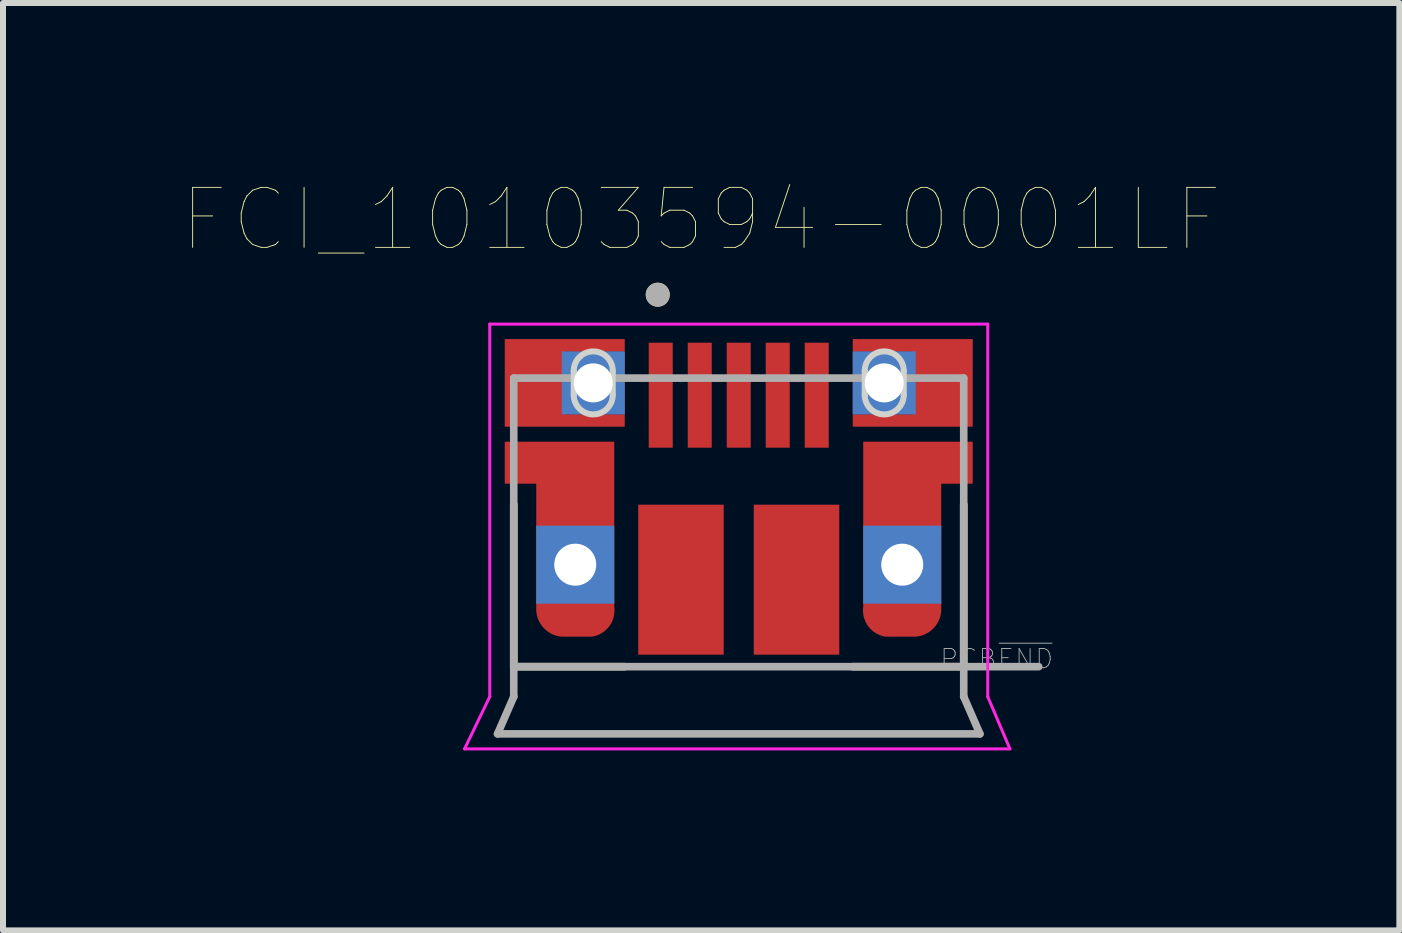
<source format=kicad_pcb>
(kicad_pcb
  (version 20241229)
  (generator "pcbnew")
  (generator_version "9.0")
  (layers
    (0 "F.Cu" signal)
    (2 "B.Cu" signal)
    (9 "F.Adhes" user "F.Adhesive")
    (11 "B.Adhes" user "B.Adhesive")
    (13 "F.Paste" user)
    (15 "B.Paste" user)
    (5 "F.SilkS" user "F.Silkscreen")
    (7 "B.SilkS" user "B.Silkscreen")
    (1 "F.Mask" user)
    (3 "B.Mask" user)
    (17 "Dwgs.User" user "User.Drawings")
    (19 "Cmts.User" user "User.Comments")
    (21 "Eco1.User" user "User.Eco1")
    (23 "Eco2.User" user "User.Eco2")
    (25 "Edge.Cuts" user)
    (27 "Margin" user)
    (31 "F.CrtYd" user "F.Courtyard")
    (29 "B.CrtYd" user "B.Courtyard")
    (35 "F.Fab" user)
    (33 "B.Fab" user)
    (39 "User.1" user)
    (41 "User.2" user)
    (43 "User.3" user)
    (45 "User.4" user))
  (footprint "FCI_10103594-0001LF"
    (layer "F.Cu")
    (at 9.263 6.362)
    (property "Reference" "FCI_10103594-0001LF" (at -0.626 -5.751 0) (layer "F.SilkS") (effects (font (size 1 1) (thickness 0.015))))
    (attr through_hole)
    (fp_poly (pts (xy -3.9 -2.05) (xy -3.9 -1.35) (xy -3.375 -1.35) (xy -3.375 -0.6) (xy -2.075 -0.6) (xy -2.075 -2.05)) (stroke (width 0.0001) (type solid)) (fill yes) (layer "F.Cu"))
    (fp_poly (pts (xy 3.9 -2.05) (xy 3.9 -1.35) (xy 3.375 -1.35) (xy 3.375 -0.6) (xy 2.075 -0.6) (xy 2.075 -2.05)) (stroke (width 0.0001) (type solid)) (fill yes) (layer "F.Cu"))
    (fp_poly (pts (xy -1.9 -3.555) (xy -1.9 -3.76) (xy -3.9 -3.76) (xy -3.9 -2.3) (xy -1.9 -2.3) (xy -1.9 -2.505) (xy -2.9 -2.505) (xy -2.9 -3.555)) (stroke (width 0.0001) (type solid)) (fill yes) (layer "F.Cu"))
    (fp_poly (pts (xy 1.9 -3.555) (xy 1.9 -3.76) (xy 3.9 -3.76) (xy 3.9 -2.3) (xy 1.9 -2.3) (xy 1.9 -2.505) (xy 2.9 -2.505) (xy 2.9 -3.555)) (stroke (width 0.0001) (type solid)) (fill yes) (layer "F.Cu"))
    (fp_poly (pts (xy -3.375 0.7) (xy -3.375 0.6) (xy -2.075 0.6) (xy -2.075 0.7) (xy -2.072 0.724) (xy -2.071 0.747) (xy -2.071 0.77) (xy -2.072 0.793) (xy -2.074 0.816) (xy -2.077 0.839) (xy -2.082 0.862) (xy -2.088 0.884) (xy -2.095 0.906) (xy -2.103 0.928) (xy -2.112 0.949) (xy -2.122 0.97) (xy -2.134 0.99) (xy -2.146 1.01) (xy -2.16 1.028) (xy -2.174 1.047) (xy -2.189 1.064) (xy -2.206 1.08) (xy -2.223 1.096) (xy -2.24 1.111) (xy -2.259 1.125) (xy -2.278 1.137) (xy -2.298 1.149) (xy -2.319 1.16) (xy -2.34 1.169) (xy -2.361 1.178) (xy -2.383 1.185) (xy -2.406 1.191) (xy -2.428 1.196) (xy -2.45 1.2) (xy -2.95 1.2) (xy -2.977 1.197) (xy -3.001 1.193) (xy -3.025 1.188) (xy -3.048 1.181) (xy -3.071 1.174) (xy -3.094 1.165) (xy -3.116 1.155) (xy -3.137 1.143) (xy -3.158 1.131) (xy -3.179 1.118) (xy -3.198 1.103) (xy -3.217 1.088) (xy -3.235 1.071) (xy -3.252 1.054) (xy -3.268 1.036) (xy -3.283 1.017) (xy -3.297 0.997) (xy -3.31 0.976) (xy -3.322 0.955) (xy -3.333 0.934) (xy -3.343 0.911) (xy -3.351 0.889) (xy -3.359 0.865) (xy -3.365 0.842) (xy -3.369 0.818) (xy -3.373 0.794) (xy -3.375 0.77) (xy -3.376 0.746) (xy -3.376 0.721) (xy -3.375 0.7)) (stroke (width 0.0001) (type solid)) (fill yes) (layer "F.Cu"))
    (fp_poly (pts (xy 3.375 0.7) (xy 3.375 0.6) (xy 2.075 0.6) (xy 2.075 0.7) (xy 2.072 0.724) (xy 2.071 0.747) (xy 2.071 0.77) (xy 2.072 0.793) (xy 2.074 0.816) (xy 2.077 0.839) (xy 2.082 0.862) (xy 2.088 0.884) (xy 2.095 0.906) (xy 2.103 0.928) (xy 2.112 0.949) (xy 2.122 0.97) (xy 2.134 0.99) (xy 2.146 1.01) (xy 2.16 1.028) (xy 2.174 1.047) (xy 2.189 1.064) (xy 2.206 1.08) (xy 2.223 1.096) (xy 2.24 1.111) (xy 2.259 1.125) (xy 2.278 1.137) (xy 2.298 1.149) (xy 2.319 1.16) (xy 2.34 1.169) (xy 2.361 1.178) (xy 2.383 1.185) (xy 2.406 1.191) (xy 2.428 1.196) (xy 2.45 1.2) (xy 2.95 1.2) (xy 2.977 1.197) (xy 3.001 1.193) (xy 3.025 1.188) (xy 3.048 1.181) (xy 3.071 1.174) (xy 3.094 1.165) (xy 3.116 1.155) (xy 3.137 1.143) (xy 3.158 1.131) (xy 3.179 1.118) (xy 3.198 1.103) (xy 3.217 1.088) (xy 3.235 1.071) (xy 3.252 1.054) (xy 3.268 1.036) (xy 3.283 1.017) (xy 3.297 0.997) (xy 3.31 0.976) (xy 3.322 0.955) (xy 3.333 0.934) (xy 3.343 0.911) (xy 3.351 0.889) (xy 3.359 0.865) (xy 3.365 0.842) (xy 3.369 0.818) (xy 3.373 0.794) (xy 3.375 0.77) (xy 3.376 0.746) (xy 3.376 0.721) (xy 3.375 0.7)) (stroke (width 0.0001) (type solid)) (fill yes) (layer "F.Cu"))
    (fp_poly (pts (xy -4 -3.86) (xy -1.8 -3.86) (xy -1.8 -2.2) (xy -4 -2.2)) (stroke (width 0.01) (type solid)) (fill yes) (layer "F.Mask"))
    (fp_poly (pts (xy 1.8 -3.86) (xy 4 -3.86) (xy 4 -2.2) (xy 1.8 -2.2)) (stroke (width 0.01) (type solid)) (fill yes) (layer "F.Mask"))
    (fp_poly (pts (xy -4 -2.15) (xy -1.95 -2.15) (xy -1.95 0.7) (xy -1.948 0.731) (xy -1.948 0.76) (xy -1.949 0.789) (xy -1.952 0.817) (xy -1.956 0.846) (xy -1.962 0.874) (xy -1.969 0.902) (xy -1.978 0.93) (xy -1.988 0.957) (xy -1.999 0.983) (xy -2.012 1.009) (xy -2.027 1.034) (xy -2.042 1.059) (xy -2.059 1.082) (xy -2.077 1.105) (xy -2.096 1.127) (xy -2.116 1.147) (xy -2.138 1.167) (xy -2.16 1.185) (xy -2.183 1.202) (xy -2.207 1.218) (xy -2.232 1.233) (xy -2.258 1.246) (xy -2.284 1.258) (xy -2.311 1.269) (xy -2.339 1.278) (xy -2.366 1.286) (xy -2.395 1.292) (xy -2.423 1.297) (xy -2.45 1.3) (xy -2.95 1.3) (xy -2.981 1.297) (xy -3.01 1.293) (xy -3.039 1.287) (xy -3.068 1.279) (xy -3.096 1.271) (xy -3.124 1.26) (xy -3.151 1.248) (xy -3.177 1.235) (xy -3.203 1.221) (xy -3.228 1.205) (xy -3.252 1.188) (xy -3.275 1.169) (xy -3.297 1.15) (xy -3.318 1.129) (xy -3.338 1.107) (xy -3.357 1.085) (xy -3.374 1.061) (xy -3.391 1.036) (xy -3.406 1.011) (xy -3.419 0.985) (xy -3.431 0.958) (xy -3.442 0.93) (xy -3.452 0.902) (xy -3.46 0.874) (xy -3.466 0.845) (xy -3.471 0.816) (xy -3.474 0.787) (xy -3.476 0.757) (xy -3.476 0.728) (xy -3.475 0.7) (xy -3.475 -1.25) (xy -4 -1.25) (xy -4 -2.15)) (stroke (width 0.0001) (type solid)) (fill yes) (layer "F.Mask"))
    (fp_poly (pts (xy 4 -2.15) (xy 1.95 -2.15) (xy 1.95 0.7) (xy 1.948 0.731) (xy 1.948 0.76) (xy 1.949 0.789) (xy 1.952 0.817) (xy 1.956 0.846) (xy 1.962 0.874) (xy 1.969 0.902) (xy 1.978 0.93) (xy 1.988 0.957) (xy 1.999 0.983) (xy 2.012 1.009) (xy 2.027 1.034) (xy 2.042 1.059) (xy 2.059 1.082) (xy 2.077 1.105) (xy 2.096 1.127) (xy 2.116 1.147) (xy 2.138 1.167) (xy 2.16 1.185) (xy 2.183 1.202) (xy 2.207 1.218) (xy 2.232 1.233) (xy 2.258 1.246) (xy 2.284 1.258) (xy 2.311 1.269) (xy 2.339 1.278) (xy 2.366 1.286) (xy 2.395 1.292) (xy 2.423 1.297) (xy 2.45 1.3) (xy 2.95 1.3) (xy 2.981 1.297) (xy 3.01 1.293) (xy 3.039 1.287) (xy 3.068 1.279) (xy 3.096 1.271) (xy 3.124 1.26) (xy 3.151 1.248) (xy 3.177 1.235) (xy 3.203 1.221) (xy 3.228 1.205) (xy 3.252 1.188) (xy 3.275 1.169) (xy 3.297 1.15) (xy 3.318 1.129) (xy 3.338 1.107) (xy 3.357 1.085) (xy 3.374 1.061) (xy 3.391 1.036) (xy 3.406 1.011) (xy 3.419 0.985) (xy 3.431 0.958) (xy 3.442 0.93) (xy 3.452 0.902) (xy 3.46 0.874) (xy 3.466 0.845) (xy 3.471 0.816) (xy 3.474 0.787) (xy 3.476 0.757) (xy 3.476 0.728) (xy 3.475 0.7) (xy 3.475 -1.25) (xy 4 -1.25) (xy 4 -2.15)) (stroke (width 0.0001) (type solid)) (fill yes) (layer "F.Mask"))
    (fp_line (start -3.75 -1) (end -3.75 1.7) (stroke (width 0.127) (type solid)) (layer "F.SilkS"))
    (fp_line (start -3.75 1.7) (end -1.9 1.7) (stroke (width 0.127) (type solid)) (layer "F.SilkS"))
    (fp_line (start 3.75 -1) (end 3.75 1.7) (stroke (width 0.127) (type solid)) (layer "F.SilkS"))
    (fp_line (start 3.75 1.7) (end 1.9 1.7) (stroke (width 0.127) (type solid)) (layer "F.SilkS"))
    (fp_circle (center -1.35 -4.5) (end -1.25 -4.5) (stroke (width 0.2) (type solid)) (fill no) (layer "F.SilkS"))
    (fp_poly (pts (xy -3.9 -3.76) (xy -1.9 -3.76) (xy -1.9 -3.04) (xy -2.1 -3.04) (xy -2.1 -3.23) (xy -2.1 -3.247) (xy -2.102 -3.264) (xy -2.104 -3.281) (xy -2.107 -3.298) (xy -2.111 -3.314) (xy -2.116 -3.33) (xy -2.122 -3.346) (xy -2.128 -3.362) (xy -2.135 -3.378) (xy -2.144 -3.393) (xy -2.152 -3.407) (xy -2.162 -3.421) (xy -2.172 -3.435) (xy -2.183 -3.447) (xy -2.195 -3.46) (xy -2.208 -3.472) (xy -2.22 -3.483) (xy -2.234 -3.493) (xy -2.248 -3.503) (xy -2.263 -3.511) (xy -2.277 -3.52) (xy -2.293 -3.527) (xy -2.309 -3.533) (xy -2.325 -3.539) (xy -2.341 -3.544) (xy -2.357 -3.548) (xy -2.374 -3.551) (xy -2.391 -3.553) (xy -2.408 -3.555) (xy -2.425 -3.555) (xy -2.442 -3.555) (xy -2.459 -3.553) (xy -2.476 -3.551) (xy -2.493 -3.548) (xy -2.509 -3.544) (xy -2.525 -3.539) (xy -2.541 -3.533) (xy -2.557 -3.527) (xy -2.573 -3.52) (xy -2.587 -3.511) (xy -2.602 -3.503) (xy -2.616 -3.493) (xy -2.63 -3.483) (xy -2.642 -3.472) (xy -2.655 -3.46) (xy -2.667 -3.447) (xy -2.678 -3.435) (xy -2.688 -3.421) (xy -2.698 -3.407) (xy -2.706 -3.393) (xy -2.715 -3.378) (xy -2.722 -3.362) (xy -2.728 -3.346) (xy -2.734 -3.33) (xy -2.739 -3.314) (xy -2.743 -3.298) (xy -2.746 -3.281) (xy -2.748 -3.264) (xy -2.75 -3.247) (xy -2.75 -3.23) (xy -2.75 -3.04) (xy -3.9 -3.04) (xy -3.9 -3.76)) (stroke (width 0.0001) (type solid)) (fill yes) (layer "F.Paste"))
    (fp_poly (pts (xy -3.9 -2.3) (xy -1.9 -2.3) (xy -1.9 -3.04) (xy -2.1 -3.04) (xy -2.1 -2.83) (xy -2.1 -2.813) (xy -2.102 -2.796) (xy -2.104 -2.779) (xy -2.107 -2.762) (xy -2.111 -2.746) (xy -2.116 -2.73) (xy -2.122 -2.714) (xy -2.128 -2.698) (xy -2.135 -2.682) (xy -2.144 -2.667) (xy -2.152 -2.653) (xy -2.162 -2.639) (xy -2.172 -2.625) (xy -2.183 -2.613) (xy -2.195 -2.6) (xy -2.208 -2.588) (xy -2.22 -2.577) (xy -2.234 -2.567) (xy -2.248 -2.557) (xy -2.263 -2.549) (xy -2.277 -2.54) (xy -2.293 -2.533) (xy -2.309 -2.527) (xy -2.325 -2.521) (xy -2.341 -2.516) (xy -2.357 -2.512) (xy -2.374 -2.509) (xy -2.391 -2.507) (xy -2.408 -2.505) (xy -2.425 -2.505) (xy -2.442 -2.505) (xy -2.459 -2.507) (xy -2.476 -2.509) (xy -2.493 -2.512) (xy -2.509 -2.516) (xy -2.525 -2.521) (xy -2.541 -2.527) (xy -2.557 -2.533) (xy -2.573 -2.54) (xy -2.587 -2.549) (xy -2.602 -2.557) (xy -2.616 -2.567) (xy -2.63 -2.577) (xy -2.642 -2.588) (xy -2.655 -2.6) (xy -2.667 -2.613) (xy -2.678 -2.625) (xy -2.688 -2.639) (xy -2.698 -2.653) (xy -2.706 -2.667) (xy -2.715 -2.682) (xy -2.722 -2.698) (xy -2.728 -2.714) (xy -2.734 -2.73) (xy -2.739 -2.746) (xy -2.743 -2.762) (xy -2.746 -2.779) (xy -2.748 -2.796) (xy -2.75 -2.813) (xy -2.75 -2.83) (xy -2.75 -3.04) (xy -3.9 -3.04) (xy -3.9 -2.3)) (stroke (width 0.0001) (type solid)) (fill yes) (layer "F.Paste"))
    (fp_poly (pts (xy 3.9 -3.76) (xy 1.9 -3.76) (xy 1.9 -3.02) (xy 2.1 -3.02) (xy 2.1 -3.23) (xy 2.1 -3.247) (xy 2.102 -3.264) (xy 2.104 -3.281) (xy 2.107 -3.298) (xy 2.111 -3.314) (xy 2.116 -3.33) (xy 2.122 -3.346) (xy 2.128 -3.362) (xy 2.135 -3.378) (xy 2.144 -3.393) (xy 2.152 -3.407) (xy 2.162 -3.421) (xy 2.172 -3.435) (xy 2.183 -3.447) (xy 2.195 -3.46) (xy 2.208 -3.472) (xy 2.22 -3.483) (xy 2.234 -3.493) (xy 2.248 -3.503) (xy 2.263 -3.511) (xy 2.277 -3.52) (xy 2.293 -3.527) (xy 2.309 -3.533) (xy 2.325 -3.539) (xy 2.341 -3.544) (xy 2.357 -3.548) (xy 2.374 -3.551) (xy 2.391 -3.553) (xy 2.408 -3.555) (xy 2.425 -3.555) (xy 2.442 -3.555) (xy 2.459 -3.553) (xy 2.476 -3.551) (xy 2.493 -3.548) (xy 2.509 -3.544) (xy 2.525 -3.539) (xy 2.541 -3.533) (xy 2.557 -3.527) (xy 2.573 -3.52) (xy 2.587 -3.511) (xy 2.602 -3.503) (xy 2.616 -3.493) (xy 2.63 -3.483) (xy 2.642 -3.472) (xy 2.655 -3.46) (xy 2.667 -3.447) (xy 2.678 -3.435) (xy 2.688 -3.421) (xy 2.698 -3.407) (xy 2.706 -3.393) (xy 2.715 -3.378) (xy 2.722 -3.362) (xy 2.728 -3.346) (xy 2.734 -3.33) (xy 2.739 -3.314) (xy 2.743 -3.298) (xy 2.746 -3.281) (xy 2.748 -3.264) (xy 2.75 -3.247) (xy 2.75 -3.23) (xy 2.75 -3.02) (xy 3.9 -3.02) (xy 3.9 -3.76)) (stroke (width 0.0001) (type solid)) (fill yes) (layer "F.Paste"))
    (fp_poly (pts (xy 3.9 -2.3) (xy 1.9 -2.3) (xy 1.9 -3.02) (xy 2.1 -3.02) (xy 2.1 -2.83) (xy 2.1 -2.813) (xy 2.102 -2.796) (xy 2.104 -2.779) (xy 2.107 -2.762) (xy 2.111 -2.746) (xy 2.116 -2.73) (xy 2.122 -2.714) (xy 2.128 -2.698) (xy 2.135 -2.682) (xy 2.144 -2.667) (xy 2.152 -2.653) (xy 2.162 -2.639) (xy 2.172 -2.625) (xy 2.183 -2.613) (xy 2.195 -2.6) (xy 2.208 -2.588) (xy 2.22 -2.577) (xy 2.234 -2.567) (xy 2.248 -2.557) (xy 2.263 -2.549) (xy 2.277 -2.54) (xy 2.293 -2.533) (xy 2.309 -2.527) (xy 2.325 -2.521) (xy 2.341 -2.516) (xy 2.357 -2.512) (xy 2.374 -2.509) (xy 2.391 -2.507) (xy 2.408 -2.505) (xy 2.425 -2.505) (xy 2.442 -2.505) (xy 2.459 -2.507) (xy 2.476 -2.509) (xy 2.493 -2.512) (xy 2.509 -2.516) (xy 2.525 -2.521) (xy 2.541 -2.527) (xy 2.557 -2.533) (xy 2.573 -2.54) (xy 2.587 -2.549) (xy 2.602 -2.557) (xy 2.616 -2.567) (xy 2.63 -2.577) (xy 2.642 -2.588) (xy 2.655 -2.6) (xy 2.667 -2.613) (xy 2.678 -2.625) (xy 2.688 -2.639) (xy 2.698 -2.653) (xy 2.706 -2.667) (xy 2.715 -2.682) (xy 2.722 -2.698) (xy 2.728 -2.714) (xy 2.734 -2.73) (xy 2.739 -2.746) (xy 2.743 -2.762) (xy 2.746 -2.779) (xy 2.748 -2.796) (xy 2.75 -2.813) (xy 2.75 -2.83) (xy 2.75 -3.02) (xy 3.9 -3.02) (xy 3.9 -2.3)) (stroke (width 0.0001) (type solid)) (fill yes) (layer "F.Paste"))
    (fp_poly (pts (xy -3.9 -2.05) (xy -2.075 -2.05) (xy -2.075 0) (xy -2.375 0) (xy -2.375 -0.25) (xy -2.375 -0.268) (xy -2.377 -0.287) (xy -2.379 -0.305) (xy -2.383 -0.323) (xy -2.387 -0.341) (xy -2.392 -0.358) (xy -2.398 -0.375) (xy -2.405 -0.392) (xy -2.413 -0.409) (xy -2.422 -0.425) (xy -2.431 -0.441) (xy -2.442 -0.456) (xy -2.453 -0.47) (xy -2.465 -0.484) (xy -2.478 -0.497) (xy -2.491 -0.51) (xy -2.505 -0.522) (xy -2.519 -0.533) (xy -2.534 -0.544) (xy -2.55 -0.553) (xy -2.566 -0.562) (xy -2.583 -0.57) (xy -2.6 -0.577) (xy -2.617 -0.583) (xy -2.634 -0.588) (xy -2.652 -0.592) (xy -2.67 -0.596) (xy -2.688 -0.598) (xy -2.707 -0.6) (xy -2.725 -0.6) (xy -2.743 -0.6) (xy -2.762 -0.598) (xy -2.78 -0.596) (xy -2.798 -0.592) (xy -2.816 -0.588) (xy -2.833 -0.583) (xy -2.85 -0.577) (xy -2.867 -0.57) (xy -2.884 -0.562) (xy -2.9 -0.553) (xy -2.916 -0.544) (xy -2.931 -0.533) (xy -2.945 -0.522) (xy -2.959 -0.51) (xy -2.972 -0.497) (xy -2.985 -0.484) (xy -2.997 -0.47) (xy -3.008 -0.456) (xy -3.019 -0.441) (xy -3.028 -0.425) (xy -3.037 -0.409) (xy -3.045 -0.392) (xy -3.052 -0.375) (xy -3.058 -0.358) (xy -3.063 -0.341) (xy -3.067 -0.323) (xy -3.071 -0.305) (xy -3.073 -0.287) (xy -3.075 -0.268) (xy -3.075 -0.25) (xy -3.075 0) (xy -3.375 0) (xy -3.375 -1.35) (xy -3.9 -1.35) (xy -3.9 -2.05)) (stroke (width 0.0001) (type solid)) (fill yes) (layer "F.Paste"))
    (fp_poly (pts (xy 3.9 -2.05) (xy 2.075 -2.05) (xy 2.075 0) (xy 2.375 0) (xy 2.375 -0.25) (xy 2.375 -0.268) (xy 2.377 -0.287) (xy 2.379 -0.305) (xy 2.383 -0.323) (xy 2.387 -0.341) (xy 2.392 -0.358) (xy 2.398 -0.375) (xy 2.405 -0.392) (xy 2.413 -0.409) (xy 2.422 -0.425) (xy 2.431 -0.441) (xy 2.442 -0.456) (xy 2.453 -0.47) (xy 2.465 -0.484) (xy 2.478 -0.497) (xy 2.491 -0.51) (xy 2.505 -0.522) (xy 2.519 -0.533) (xy 2.534 -0.544) (xy 2.55 -0.553) (xy 2.566 -0.562) (xy 2.583 -0.57) (xy 2.6 -0.577) (xy 2.617 -0.583) (xy 2.634 -0.588) (xy 2.652 -0.592) (xy 2.67 -0.596) (xy 2.688 -0.598) (xy 2.707 -0.6) (xy 2.725 -0.6) (xy 2.743 -0.6) (xy 2.762 -0.598) (xy 2.78 -0.596) (xy 2.798 -0.592) (xy 2.816 -0.588) (xy 2.833 -0.583) (xy 2.85 -0.577) (xy 2.867 -0.57) (xy 2.884 -0.562) (xy 2.9 -0.553) (xy 2.916 -0.544) (xy 2.931 -0.533) (xy 2.945 -0.522) (xy 2.959 -0.51) (xy 2.972 -0.497) (xy 2.985 -0.484) (xy 2.997 -0.47) (xy 3.008 -0.456) (xy 3.019 -0.441) (xy 3.028 -0.425) (xy 3.037 -0.409) (xy 3.045 -0.392) (xy 3.052 -0.375) (xy 3.058 -0.358) (xy 3.063 -0.341) (xy 3.067 -0.323) (xy 3.071 -0.305) (xy 3.073 -0.287) (xy 3.075 -0.268) (xy 3.075 -0.25) (xy 3.075 0) (xy 3.375 0) (xy 3.375 -1.35) (xy 3.9 -1.35) (xy 3.9 -2.05)) (stroke (width 0.0001) (type solid)) (fill yes) (layer "F.Paste"))
    (fp_poly (pts (xy 2.075 0) (xy 2.375 0) (xy 2.375 0.255) (xy 2.375 0.273) (xy 2.377 0.292) (xy 2.379 0.31) (xy 2.383 0.328) (xy 2.387 0.346) (xy 2.392 0.363) (xy 2.398 0.38) (xy 2.405 0.397) (xy 2.413 0.414) (xy 2.422 0.43) (xy 2.431 0.446) (xy 2.442 0.461) (xy 2.453 0.475) (xy 2.465 0.489) (xy 2.478 0.502) (xy 2.491 0.515) (xy 2.505 0.527) (xy 2.519 0.538) (xy 2.534 0.549) (xy 2.55 0.558) (xy 2.566 0.567) (xy 2.583 0.575) (xy 2.6 0.582) (xy 2.617 0.588) (xy 2.634 0.593) (xy 2.652 0.597) (xy 2.67 0.601) (xy 2.688 0.603) (xy 2.707 0.605) (xy 2.725 0.605) (xy 2.743 0.605) (xy 2.762 0.603) (xy 2.78 0.601) (xy 2.798 0.597) (xy 2.816 0.593) (xy 2.833 0.588) (xy 2.85 0.582) (xy 2.867 0.575) (xy 2.884 0.567) (xy 2.9 0.558) (xy 2.916 0.549) (xy 2.931 0.538) (xy 2.945 0.527) (xy 2.959 0.515) (xy 2.972 0.502) (xy 2.985 0.489) (xy 2.997 0.475) (xy 3.008 0.461) (xy 3.019 0.446) (xy 3.028 0.43) (xy 3.037 0.414) (xy 3.045 0.397) (xy 3.052 0.38) (xy 3.058 0.363) (xy 3.063 0.346) (xy 3.067 0.328) (xy 3.071 0.31) (xy 3.073 0.292) (xy 3.075 0.273) (xy 3.075 0.255) (xy 3.075 0) (xy 3.375 0) (xy 3.375 0.765) (xy 3.374 0.785) (xy 3.373 0.808) (xy 3.37 0.831) (xy 3.365 0.853) (xy 3.36 0.876) (xy 3.354 0.898) (xy 3.346 0.919) (xy 3.337 0.94) (xy 3.327 0.961) (xy 3.316 0.981) (xy 3.304 1.001) (xy 3.291 1.02) (xy 3.278 1.038) (xy 3.263 1.055) (xy 3.247 1.072) (xy 3.23 1.088) (xy 3.213 1.103) (xy 3.195 1.116) (xy 3.176 1.129) (xy 3.156 1.141) (xy 3.136 1.152) (xy 3.115 1.162) (xy 3.094 1.171) (xy 3.073 1.179) (xy 3.051 1.185) (xy 3.028 1.19) (xy 3.006 1.195) (xy 2.983 1.198) (xy 2.96 1.199) (xy 2.935 1.2) (xy 2.45 1.2) (xy 2.425 1.197) (xy 2.403 1.193) (xy 2.382 1.188) (xy 2.361 1.182) (xy 2.341 1.174) (xy 2.32 1.166) (xy 2.301 1.156) (xy 2.282 1.146) (xy 2.263 1.135) (xy 2.245 1.122) (xy 2.228 1.109) (xy 2.211 1.095) (xy 2.195 1.08) (xy 2.18 1.064) (xy 2.166 1.047) (xy 2.153 1.03) (xy 2.14 1.012) (xy 2.129 0.993) (xy 2.119 0.974) (xy 2.109 0.955) (xy 2.101 0.934) (xy 2.093 0.914) (xy 2.087 0.893) (xy 2.082 0.872) (xy 2.078 0.85) (xy 2.075 0.829) (xy 2.074 0.807) (xy 2.073 0.785) (xy 2.074 0.763) (xy 2.075 0.745) (xy 2.075 0)) (stroke (width 0.0001) (type solid)) (fill yes) (layer "F.Paste"))
    (fp_poly (pts (xy -3.375 0) (xy -3.075 0) (xy -3.075 0.25) (xy -3.075 0.268) (xy -3.073 0.287) (xy -3.071 0.305) (xy -3.067 0.323) (xy -3.063 0.341) (xy -3.058 0.358) (xy -3.052 0.375) (xy -3.045 0.392) (xy -3.037 0.409) (xy -3.028 0.425) (xy -3.019 0.441) (xy -3.008 0.456) (xy -2.997 0.47) (xy -2.985 0.484) (xy -2.972 0.497) (xy -2.959 0.51) (xy -2.945 0.522) (xy -2.931 0.533) (xy -2.916 0.544) (xy -2.9 0.553) (xy -2.884 0.562) (xy -2.867 0.57) (xy -2.85 0.577) (xy -2.833 0.583) (xy -2.816 0.588) (xy -2.798 0.592) (xy -2.78 0.596) (xy -2.762 0.598) (xy -2.743 0.6) (xy -2.725 0.6) (xy -2.707 0.6) (xy -2.688 0.598) (xy -2.67 0.596) (xy -2.652 0.592) (xy -2.634 0.588) (xy -2.617 0.583) (xy -2.6 0.577) (xy -2.583 0.57) (xy -2.566 0.562) (xy -2.55 0.553) (xy -2.534 0.544) (xy -2.519 0.533) (xy -2.505 0.522) (xy -2.491 0.51) (xy -2.478 0.497) (xy -2.465 0.484) (xy -2.453 0.47) (xy -2.442 0.456) (xy -2.431 0.441) (xy -2.422 0.425) (xy -2.413 0.409) (xy -2.405 0.392) (xy -2.398 0.375) (xy -2.392 0.358) (xy -2.387 0.341) (xy -2.383 0.323) (xy -2.379 0.305) (xy -2.377 0.287) (xy -2.375 0.268) (xy -2.375 0.25) (xy -2.375 0) (xy -2.075 0) (xy -2.075 0.76) (xy -2.076 0.783) (xy -2.077 0.806) (xy -2.08 0.829) (xy -2.085 0.851) (xy -2.09 0.874) (xy -2.097 0.896) (xy -2.104 0.918) (xy -2.113 0.939) (xy -2.123 0.96) (xy -2.134 0.98) (xy -2.146 1) (xy -2.159 1.019) (xy -2.173 1.037) (xy -2.188 1.054) (xy -2.204 1.071) (xy -2.221 1.087) (xy -2.238 1.102) (xy -2.256 1.116) (xy -2.275 1.129) (xy -2.295 1.141) (xy -2.315 1.152) (xy -2.336 1.162) (xy -2.357 1.171) (xy -2.379 1.178) (xy -2.401 1.185) (xy -2.424 1.19) (xy -2.446 1.195) (xy -2.469 1.198) (xy -2.492 1.199) (xy -2.515 1.2) (xy -2.52 1.2) (xy -2.91 1.2) (xy -2.915 1.2) (xy -2.939 1.199) (xy -2.963 1.197) (xy -2.987 1.194) (xy -3.011 1.19) (xy -3.034 1.184) (xy -3.057 1.177) (xy -3.08 1.169) (xy -3.102 1.16) (xy -3.124 1.15) (xy -3.145 1.138) (xy -3.166 1.126) (xy -3.185 1.112) (xy -3.204 1.097) (xy -3.223 1.082) (xy -3.24 1.065) (xy -3.257 1.048) (xy -3.272 1.029) (xy -3.287 1.01) (xy -3.301 0.991) (xy -3.313 0.97) (xy -3.325 0.949) (xy -3.335 0.927) (xy -3.344 0.905) (xy -3.352 0.882) (xy -3.359 0.859) (xy -3.365 0.836) (xy -3.369 0.812) (xy -3.372 0.788) (xy -3.374 0.764) (xy -3.375 0.74) (xy -3.375 0)) (stroke (width 0.0001) (type solid)) (fill yes) (layer "F.Paste"))
    (fp_line (start -2.75 -2.83) (end -2.75 -3.23) (stroke (width 0.1) (type solid)) (layer "Edge.Cuts"))
    (fp_line (start -2.1 -3.23) (end -2.1 -2.83) (stroke (width 0.1) (type solid)) (layer "Edge.Cuts"))
    (fp_line (start 2.1 -3.23) (end 2.1 -2.83) (stroke (width 0.1) (type solid)) (layer "Edge.Cuts"))
    (fp_line (start 2.75 -2.83) (end 2.75 -3.23) (stroke (width 0.1) (type solid)) (layer "Edge.Cuts"))
    (fp_arc (start -2.75 -3.23) (mid -2.425 -3.555) (end -2.1 -3.23) (stroke (width 0.1) (type solid)) (layer "Edge.Cuts"))
    (fp_arc (start -2.1 -2.83) (mid -2.425 -2.505) (end -2.75 -2.83) (stroke (width 0.1) (type solid)) (layer "Edge.Cuts"))
    (fp_arc (start 2.1 -3.23) (mid 2.425 -3.555) (end 2.75 -3.23) (stroke (width 0.1) (type solid)) (layer "Edge.Cuts"))
    (fp_arc (start 2.75 -2.83) (mid 2.425 -2.505) (end 2.1 -2.83) (stroke (width 0.1) (type solid)) (layer "Edge.Cuts"))
    (fp_line (start -4.57 3.07) (end -4.15 2.2) (stroke (width 0.05) (type solid)) (layer "F.CrtYd"))
    (fp_line (start -4.57 3.07) (end 4.52 3.07) (stroke (width 0.05) (type solid)) (layer "F.CrtYd"))
    (fp_line (start -4.15 -4.01) (end 4.15 -4.01) (stroke (width 0.05) (type solid)) (layer "F.CrtYd"))
    (fp_line (start -4.15 2.2) (end -4.15 -4.01) (stroke (width 0.05) (type solid)) (layer "F.CrtYd"))
    (fp_line (start 4.15 -4.01) (end 4.15 2.2) (stroke (width 0.05) (type solid)) (layer "F.CrtYd"))
    (fp_line (start 4.52 3.07) (end 4.15 2.2) (stroke (width 0.05) (type solid)) (layer "F.CrtYd"))
    (fp_line (start -4.02 2.82) (end -3.75 2.2) (stroke (width 0.127) (type solid)) (layer "F.Fab"))
    (fp_line (start -4.02 2.82) (end 4.02 2.82) (stroke (width 0.127) (type solid)) (layer "F.Fab"))
    (fp_line (start -3.75 -3.11) (end -3.75 1.7) (stroke (width 0.127) (type solid)) (layer "F.Fab"))
    (fp_line (start -3.75 -3.11) (end 3.75 -3.11) (stroke (width 0.127) (type solid)) (layer "F.Fab"))
    (fp_line (start -3.75 1.7) (end -3.75 2.2) (stroke (width 0.127) (type solid)) (layer "F.Fab"))
    (fp_line (start -3.75 1.7) (end 5 1.7) (stroke (width 0.127) (type solid)) (layer "F.Fab"))
    (fp_line (start 3.75 -3.11) (end 3.75 2.2) (stroke (width 0.127) (type solid)) (layer "F.Fab"))
    (fp_line (start 4.02 2.82) (end 3.75 2.2) (stroke (width 0.127) (type solid)) (layer "F.Fab"))
    (fp_circle (center -1.35 -4.5) (end -1.25 -4.5) (stroke (width 0.2) (type solid)) (fill no) (layer "F.Fab"))
    (fp_text user "PCB~{END}" (at 4.3 1.57 0) (layer "F.Fab") (effects (font (size 0.32 0.32) (thickness 0.015))))
    (pad "1" smd rect (at -1.3 -2.825) (size 0.4 1.75) (layers "F.Cu" "F.Mask" "F.Paste"))
    (pad "2" smd rect (at -0.65 -2.825) (size 0.4 1.75) (layers "F.Cu" "F.Mask" "F.Paste"))
    (pad "3" smd rect (at 0 -2.825) (size 0.4 1.75) (layers "F.Cu" "F.Mask" "F.Paste"))
    (pad "4" smd rect (at 0.65 -2.825) (size 0.4 1.75) (layers "F.Cu" "F.Mask" "F.Paste"))
    (pad "5" smd rect (at 1.3 -2.825) (size 0.4 1.75) (layers "F.Cu" "F.Mask" "F.Paste"))
    (pad "S1" smd rect (at -0.963 0.25) (size 1.425 2.5) (layers "F.Cu" "F.Mask" "F.Paste"))
    (pad "S2" smd rect (at 0.963 0.25) (size 1.425 2.5) (layers "F.Cu" "F.Mask" "F.Paste"))
    (pad "S3" thru_hole rect (at -2.425 -3.03) (size 1.05 1.05) (drill 0.65) (layers "*.Cu"))
    (pad "S4" thru_hole rect (at 2.425 -3.03) (size 1.05 1.05) (drill 0.65) (layers "*.Cu"))
    (pad "S5" thru_hole rect (at -2.725 0) (size 1.3 1.3) (drill 0.7) (layers "*.Cu"))
    (pad "S6" thru_hole rect (at 2.725 0) (size 1.3 1.3) (drill 0.7) (layers "*.Cu")))
  (gr_rect
    (start -3 -3)
    (end 20.274 12.457)
    (stroke (width 0.1) (type default))
    (fill no)
    (layer "Edge.Cuts")))
</source>
